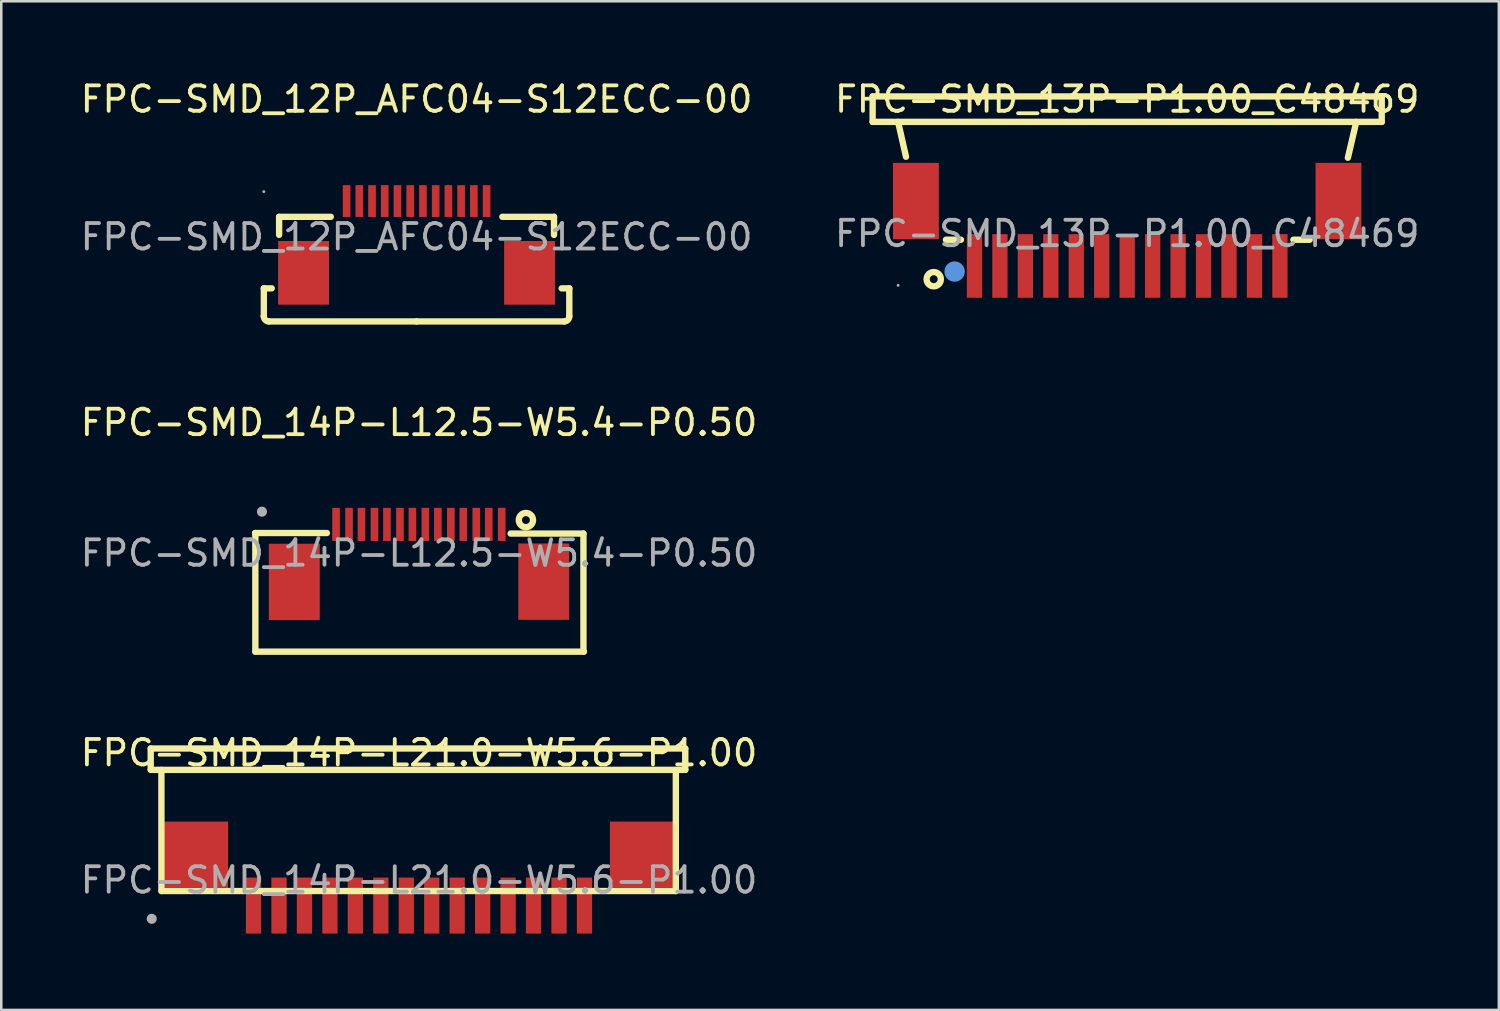
<source format=kicad_pcb>
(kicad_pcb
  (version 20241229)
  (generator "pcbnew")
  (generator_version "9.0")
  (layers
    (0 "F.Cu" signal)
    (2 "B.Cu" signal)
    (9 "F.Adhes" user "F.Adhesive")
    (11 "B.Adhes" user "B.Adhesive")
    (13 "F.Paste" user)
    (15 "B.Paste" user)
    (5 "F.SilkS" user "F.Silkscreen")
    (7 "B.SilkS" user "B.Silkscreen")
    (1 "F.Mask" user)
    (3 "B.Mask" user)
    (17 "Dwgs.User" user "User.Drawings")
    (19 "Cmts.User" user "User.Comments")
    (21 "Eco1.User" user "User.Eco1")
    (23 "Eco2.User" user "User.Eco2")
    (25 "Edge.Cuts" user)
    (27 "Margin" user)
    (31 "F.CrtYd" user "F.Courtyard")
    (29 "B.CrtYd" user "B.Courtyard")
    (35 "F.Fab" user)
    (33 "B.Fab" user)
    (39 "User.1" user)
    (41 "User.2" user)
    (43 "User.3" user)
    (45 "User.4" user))
  (footprint "FPC-SMD_13P-P1.00_C48469"
    (layer "F.Cu")
    (at 41.232 6.128)
    (property "Reference" "FPC-SMD_13P-P1.00_C48469" (at 0 -5.28 0) (layer "F.SilkS") (effects (font (size 1 1) (thickness 0.15))))
    (attr through_hole)
    (fp_line (start -10 -5.39) (end -10 -4.39) (stroke (width 0.25) (type solid)) (layer "F.SilkS"))
    (fp_line (start -10 -5.39) (end 10 -5.39) (stroke (width 0.25) (type solid)) (layer "F.SilkS"))
    (fp_line (start -10 -4.39) (end 10 -4.39) (stroke (width 0.25) (type solid)) (layer "F.SilkS"))
    (fp_line (start -9 -4.39) (end -8.69 -3.02) (stroke (width 0.25) (type solid)) (layer "F.SilkS"))
    (fp_line (start -7.12 0.24) (end -6.53 0.24) (stroke (width 0.25) (type solid)) (layer "F.SilkS"))
    (fp_line (start 6.53 0.24) (end 7.17 0.24) (stroke (width 0.25) (type solid)) (layer "F.SilkS"))
    (fp_line (start 9 -4.39) (end 8.67 -2.98) (stroke (width 0.25) (type solid)) (layer "F.SilkS"))
    (fp_line (start 10 -5.39) (end 10 -4.39) (stroke (width 0.25) (type solid)) (layer "F.SilkS"))
    (fp_circle (center -7.6 1.79) (end -7.32 1.79) (stroke (width 0.25) (type solid)) (fill no) (layer "F.SilkS"))
    (fp_circle (center -6.78 1.49) (end -6.58 1.49) (stroke (width 0.4) (type solid)) (fill no) (layer "Cmts.User"))
    (fp_circle (center -9 2.03) (end -8.97 2.03) (stroke (width 0.06) (type solid)) (fill no) (layer "F.Fab"))
    (fp_text user "${REFERENCE}" (at 0 0 0) (layer "F.Fab") (effects (font (size 1 1) (thickness 0.15))))
    (pad "1" smd rect (at -6 1.27) (size 0.6 2.5) (layers "F.Cu" "F.Mask" "F.Paste"))
    (pad "2" smd rect (at -5 1.27) (size 0.6 2.5) (layers "F.Cu" "F.Mask" "F.Paste"))
    (pad "3" smd rect (at -4 1.27) (size 0.6 2.5) (layers "F.Cu" "F.Mask" "F.Paste"))
    (pad "4" smd rect (at -3 1.27) (size 0.6 2.5) (layers "F.Cu" "F.Mask" "F.Paste"))
    (pad "5" smd rect (at -2 1.27) (size 0.6 2.5) (layers "F.Cu" "F.Mask" "F.Paste"))
    (pad "6" smd rect (at -1 1.27) (size 0.6 2.5) (layers "F.Cu" "F.Mask" "F.Paste"))
    (pad "7" smd rect (at 0 1.27) (size 0.6 2.5) (layers "F.Cu" "F.Mask" "F.Paste"))
    (pad "8" smd rect (at 1 1.27) (size 0.6 2.5) (layers "F.Cu" "F.Mask" "F.Paste"))
    (pad "9" smd rect (at 2 1.27) (size 0.6 2.5) (layers "F.Cu" "F.Mask" "F.Paste"))
    (pad "10" smd rect (at 3 1.27) (size 0.6 2.5) (layers "F.Cu" "F.Mask" "F.Paste"))
    (pad "11" smd rect (at 4 1.27) (size 0.6 2.5) (layers "F.Cu" "F.Mask" "F.Paste"))
    (pad "12" smd rect (at 5 1.27) (size 0.6 2.5) (layers "F.Cu" "F.Mask" "F.Paste"))
    (pad "13" smd rect (at 6 1.27) (size 0.6 2.5) (layers "F.Cu" "F.Mask" "F.Paste"))
    (pad "14" smd rect (at 8.3 -1.28) (size 1.8 3) (layers "F.Cu" "F.Mask" "F.Paste"))
    (pad "15" smd rect (at -8.3 -1.28) (size 1.8 3) (layers "F.Cu" "F.Mask" "F.Paste")))
  (footprint "FPC-SMD_14P-L12.5-W5.4-P0.50"
    (layer "F.Cu")
    (at 13.411 18.681)
    (property "Reference" "FPC-SMD_14P-L12.5-W5.4-P0.50" (at 0 -5.13 0) (layer "F.SilkS") (effects (font (size 1 1) (thickness 0.15))))
    (attr through_hole)
    (fp_line (start -6.43 -0.79) (end -6.43 3.87) (stroke (width 0.25) (type solid)) (layer "F.SilkS"))
    (fp_line (start -6.43 3.87) (end 6.48 3.87) (stroke (width 0.25) (type solid)) (layer "F.SilkS"))
    (fp_line (start -3.62 -0.79) (end -6.44 -0.79) (stroke (width 0.25) (type solid)) (layer "F.SilkS"))
    (fp_line (start 3.6 -0.77) (end 6.46 -0.77) (stroke (width 0.25) (type solid)) (layer "F.SilkS"))
    (fp_line (start 6.46 -0.77) (end 6.46 3.87) (stroke (width 0.25) (type solid)) (layer "F.SilkS"))
    (fp_circle (center 4.2 -1.3) (end 4.48 -1.3) (stroke (width 0.25) (type solid)) (fill no) (layer "F.SilkS"))
    (fp_circle (center -6.17 -1.63) (end -6.07 -1.63) (stroke (width 0.2) (type solid)) (fill no) (layer "F.Fab"))
    (fp_text user "${REFERENCE}" (at 0 0 0) (layer "F.Fab") (effects (font (size 1 1) (thickness 0.15))))
    (pad "1" smd rect (at 3.25 -1.13 180) (size 0.3 1.3) (layers "F.Cu" "F.Mask" "F.Paste"))
    (pad "2" smd rect (at 2.74 -1.13 180) (size 0.3 1.3) (layers "F.Cu" "F.Mask" "F.Paste"))
    (pad "3" smd rect (at 2.25 -1.13 180) (size 0.3 1.3) (layers "F.Cu" "F.Mask" "F.Paste"))
    (pad "4" smd rect (at 1.74 -1.13 180) (size 0.3 1.3) (layers "F.Cu" "F.Mask" "F.Paste"))
    (pad "5" smd rect (at 1.25 -1.13 180) (size 0.3 1.3) (layers "F.Cu" "F.Mask" "F.Paste"))
    (pad "6" smd rect (at 0.74 -1.13 180) (size 0.3 1.3) (layers "F.Cu" "F.Mask" "F.Paste"))
    (pad "7" smd rect (at 0.25 -1.13 180) (size 0.3 1.3) (layers "F.Cu" "F.Mask" "F.Paste"))
    (pad "8" smd rect (at -0.26 -1.13 180) (size 0.3 1.3) (layers "F.Cu" "F.Mask" "F.Paste"))
    (pad "9" smd rect (at -0.75 -1.13 180) (size 0.3 1.3) (layers "F.Cu" "F.Mask" "F.Paste"))
    (pad "10" smd rect (at -1.26 -1.13 180) (size 0.3 1.3) (layers "F.Cu" "F.Mask" "F.Paste"))
    (pad "11" smd rect (at -1.75 -1.13 180) (size 0.3 1.3) (layers "F.Cu" "F.Mask" "F.Paste"))
    (pad "12" smd rect (at -2.26 -1.13 180) (size 0.3 1.3) (layers "F.Cu" "F.Mask" "F.Paste"))
    (pad "13" smd rect (at -2.75 -1.13 180) (size 0.3 1.3) (layers "F.Cu" "F.Mask" "F.Paste"))
    (pad "14" smd rect (at -3.26 -1.13 180) (size 0.3 1.3) (layers "F.Cu" "F.Mask" "F.Paste"))
    (pad "15" smd rect (at -4.9 1.13) (size 2 3) (layers "F.Cu" "F.Mask" "F.Paste"))
    (pad "16" smd rect (at 4.9 1.12 180) (size 2 3) (layers "F.Cu" "F.Mask" "F.Paste")))
  (footprint "FPC-SMD_14P-L21.0-W5.6-P1.00"
    (layer "F.Cu")
    (at 13.411 31.525)
    (property "Reference" "FPC-SMD_14P-L21.0-W5.6-P1.00" (at 0 -5 0) (layer "F.SilkS") (effects (font (size 1 1) (thickness 0.15))))
    (attr through_hole)
    (fp_line (start -10.54 -5.17) (end -10.54 -4.34) (stroke (width 0.25) (type solid)) (layer "F.SilkS"))
    (fp_line (start -10.54 -5.17) (end 10.46 -5.17) (stroke (width 0.25) (type solid)) (layer "F.SilkS"))
    (fp_line (start -10.54 -4.33) (end 10.46 -4.33) (stroke (width 0.25) (type solid)) (layer "F.SilkS"))
    (fp_line (start -10.12 -4.33) (end -10.12 0.43) (stroke (width 0.25) (type solid)) (layer "F.SilkS"))
    (fp_line (start -10.11 0.43) (end 10.09 0.43) (stroke (width 0.25) (type solid)) (layer "F.SilkS"))
    (fp_line (start 10.09 0.43) (end 10.09 -4.32) (stroke (width 0.25) (type solid)) (layer "F.SilkS"))
    (fp_line (start 10.46 -5.16) (end 10.46 -4.33) (stroke (width 0.25) (type solid)) (layer "F.SilkS"))
    (fp_circle (center -10.5 1.52) (end -10.4 1.52) (stroke (width 0.2) (type solid)) (fill no) (layer "F.Fab"))
    (fp_text user "${REFERENCE}" (at 0 0 0) (layer "F.Fab") (effects (font (size 1 1) (thickness 0.15))))
    (pad "1" smd rect (at -6.5 1) (size 0.6 2.2) (layers "F.Cu" "F.Mask" "F.Paste"))
    (pad "2" smd rect (at -5.5 1) (size 0.6 2.2) (layers "F.Cu" "F.Mask" "F.Paste"))
    (pad "3" smd rect (at -4.5 1) (size 0.6 2.2) (layers "F.Cu" "F.Mask" "F.Paste"))
    (pad "4" smd rect (at -3.5 1) (size 0.6 2.2) (layers "F.Cu" "F.Mask" "F.Paste"))
    (pad "5" smd rect (at -2.5 1) (size 0.6 2.2) (layers "F.Cu" "F.Mask" "F.Paste"))
    (pad "6" smd rect (at -1.5 1) (size 0.6 2.2) (layers "F.Cu" "F.Mask" "F.Paste"))
    (pad "7" smd rect (at -0.5 1) (size 0.6 2.2) (layers "F.Cu" "F.Mask" "F.Paste"))
    (pad "8" smd rect (at 0.5 1) (size 0.6 2.2) (layers "F.Cu" "F.Mask" "F.Paste"))
    (pad "9" smd rect (at 1.5 1) (size 0.6 2.2) (layers "F.Cu" "F.Mask" "F.Paste"))
    (pad "10" smd rect (at 2.5 1) (size 0.6 2.2) (layers "F.Cu" "F.Mask" "F.Paste"))
    (pad "11" smd rect (at 3.5 1) (size 0.6 2.2) (layers "F.Cu" "F.Mask" "F.Paste"))
    (pad "12" smd rect (at 4.5 1) (size 0.6 2.2) (layers "F.Cu" "F.Mask" "F.Paste"))
    (pad "13" smd rect (at 5.5 1) (size 0.6 2.2) (layers "F.Cu" "F.Mask" "F.Paste"))
    (pad "14" smd rect (at 6.5 1) (size 0.6 2.2) (layers "F.Cu" "F.Mask" "F.Paste"))
    (pad "15" smd rect (at 8.8 -1 180) (size 2.6 2.6) (layers "F.Cu" "F.Mask" "F.Paste"))
    (pad "16" smd rect (at -8.8 -1) (size 2.6 2.6) (layers "F.Cu" "F.Mask" "F.Paste")))
  (footprint "FPC-SMD_12P_AFC04-S12ECC-00"
    (layer "F.Cu")
    (at 13.315 6.258)
    (property "Reference" "FPC-SMD_12P_AFC04-S12ECC-00" (at 0 -5.41 0) (layer "F.SilkS") (effects (font (size 1 1) (thickness 0.15))))
    (attr through_hole)
    (fp_line (start -6 2.02) (end -5.69 2.02) (stroke (width 0.25) (type solid)) (layer "F.SilkS"))
    (fp_line (start -6 3.11) (end -6 2.02) (stroke (width 0.25) (type solid)) (layer "F.SilkS"))
    (fp_line (start -6 3.11) (end -6 3.12) (stroke (width 0.25) (type solid)) (layer "F.SilkS"))
    (fp_line (start -5.8 3.32) (end 0 3.32) (stroke (width 0.25) (type solid)) (layer "F.SilkS"))
    (fp_line (start -5.4 -0.79) (end -3.37 -0.79) (stroke (width 0.25) (type solid)) (layer "F.SilkS"))
    (fp_line (start -5.4 -0.08) (end -5.4 -0.79) (stroke (width 0.25) (type solid)) (layer "F.SilkS"))
    (fp_line (start 5.4 -0.79) (end 3.37 -0.79) (stroke (width 0.25) (type solid)) (layer "F.SilkS"))
    (fp_line (start 5.4 -0.08) (end 5.4 -0.79) (stroke (width 0.25) (type solid)) (layer "F.SilkS"))
    (fp_line (start 5.8 3.32) (end 0 3.32) (stroke (width 0.25) (type solid)) (layer "F.SilkS"))
    (fp_line (start 6 2.02) (end 5.7 2.02) (stroke (width 0.25) (type solid)) (layer "F.SilkS"))
    (fp_line (start 6 3.11) (end 6 2.02) (stroke (width 0.25) (type solid)) (layer "F.SilkS"))
    (fp_arc (start -5.8 3.32) (mid -5.941421 3.261421) (end -6 3.12) (stroke (width 0.25) (type solid)) (layer "F.SilkS"))
    (fp_arc (start 6 3.12) (mid 5.941421 3.261421) (end 5.8 3.32) (stroke (width 0.25) (type solid)) (layer "F.SilkS"))
    (fp_circle (center -6 -1.78) (end -5.97 -1.78) (stroke (width 0.06) (type solid)) (fill no) (layer "F.Fab"))
    (fp_text user "${REFERENCE}" (at 0 0 0) (layer "F.Fab") (effects (font (size 1 1) (thickness 0.15))))
    (pad "1" smd rect (at -2.75 -1.41) (size 0.3 1.25) (layers "F.Cu" "F.Mask" "F.Paste"))
    (pad "2" smd rect (at -2.25 -1.41) (size 0.3 1.25) (layers "F.Cu" "F.Mask" "F.Paste"))
    (pad "3" smd rect (at -1.75 -1.41) (size 0.3 1.25) (layers "F.Cu" "F.Mask" "F.Paste"))
    (pad "4" smd rect (at -1.25 -1.41) (size 0.3 1.25) (layers "F.Cu" "F.Mask" "F.Paste"))
    (pad "5" smd rect (at -0.75 -1.41) (size 0.3 1.25) (layers "F.Cu" "F.Mask" "F.Paste"))
    (pad "6" smd rect (at -0.25 -1.41) (size 0.3 1.25) (layers "F.Cu" "F.Mask" "F.Paste"))
    (pad "7" smd rect (at 0.25 -1.41) (size 0.3 1.25) (layers "F.Cu" "F.Mask" "F.Paste"))
    (pad "8" smd rect (at 0.75 -1.41) (size 0.3 1.25) (layers "F.Cu" "F.Mask" "F.Paste"))
    (pad "9" smd rect (at 1.25 -1.41) (size 0.3 1.25) (layers "F.Cu" "F.Mask" "F.Paste"))
    (pad "10" smd rect (at 1.75 -1.41) (size 0.3 1.25) (layers "F.Cu" "F.Mask" "F.Paste"))
    (pad "11" smd rect (at 2.25 -1.41) (size 0.3 1.25) (layers "F.Cu" "F.Mask" "F.Paste"))
    (pad "12" smd rect (at 2.75 -1.41) (size 0.3 1.25) (layers "F.Cu" "F.Mask" "F.Paste"))
    (pad "13" smd rect (at 4.44 1.41) (size 2 2.5) (layers "F.Cu" "F.Mask" "F.Paste"))
    (pad "14" smd rect (at -4.44 1.41) (size 2 2.5) (layers "F.Cu" "F.Mask" "F.Paste")))
  (gr_rect
    (start -3 -3)
    (end 55.833 36.625)
    (stroke (width 0.1) (type default))
    (fill no)
    (layer "Edge.Cuts")))
</source>
